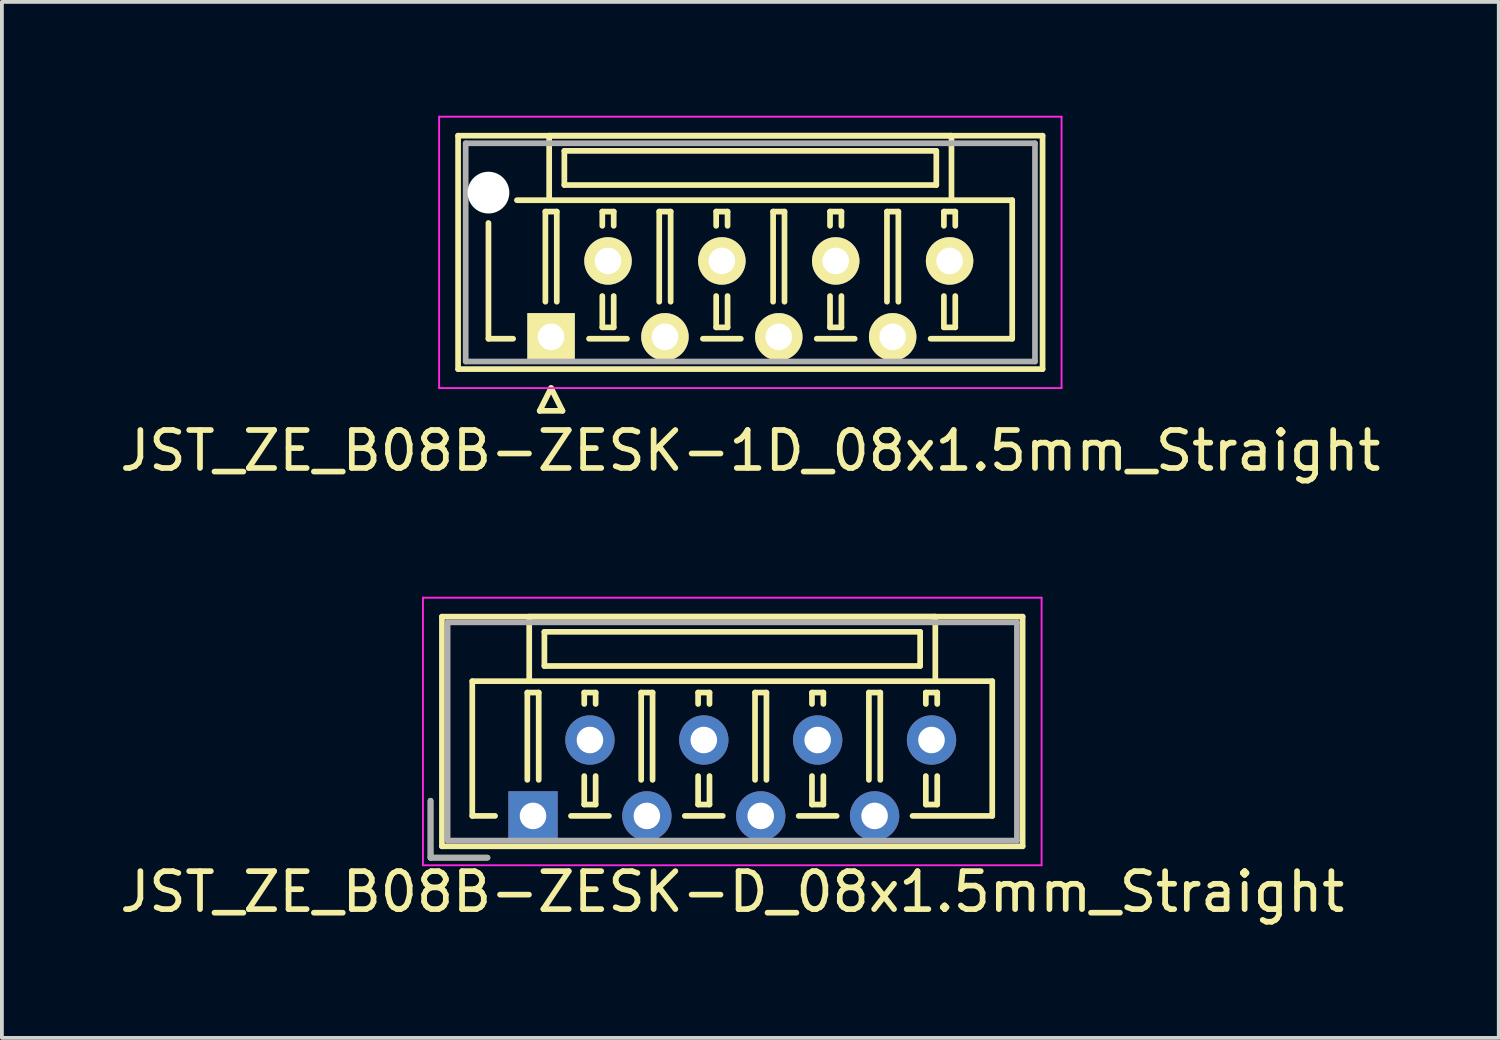
<source format=kicad_pcb>
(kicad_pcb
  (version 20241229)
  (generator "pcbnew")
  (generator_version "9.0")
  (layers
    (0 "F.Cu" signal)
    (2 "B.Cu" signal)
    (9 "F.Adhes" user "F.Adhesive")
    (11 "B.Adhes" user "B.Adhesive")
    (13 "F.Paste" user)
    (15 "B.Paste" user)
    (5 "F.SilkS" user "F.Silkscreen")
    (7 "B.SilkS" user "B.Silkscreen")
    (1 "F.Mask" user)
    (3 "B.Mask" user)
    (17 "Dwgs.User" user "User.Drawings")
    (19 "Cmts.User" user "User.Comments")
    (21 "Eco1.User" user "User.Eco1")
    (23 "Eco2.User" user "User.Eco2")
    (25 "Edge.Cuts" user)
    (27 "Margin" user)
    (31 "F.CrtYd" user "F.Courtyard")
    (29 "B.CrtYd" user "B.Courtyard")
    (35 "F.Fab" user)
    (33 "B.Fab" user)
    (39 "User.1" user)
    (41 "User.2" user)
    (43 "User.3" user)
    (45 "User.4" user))
  (footprint "JST_ZE_B08B-ZESK-D_08x1.5mm_Straight"
    (layer "F.Cu")
    (at 10.994 18.448)
    (property "Reference" "JST_ZE_B08B-ZESK-D_08x1.5mm_Straight" (at 5.25 2 0) (layer "F.SilkS") (effects (font (size 1 1) (thickness 0.15))))
    (attr through_hole)
    (fp_line (start -2.7 -0.4) (end -2.7 1.1) (stroke (width 0.15) (type solid)) (layer "F.SilkS"))
    (fp_line (start -2.7 1.1) (end -1.2 1.1) (stroke (width 0.15) (type solid)) (layer "F.SilkS"))
    (fp_line (start -2.4 -5.25) (end -2.4 0.8) (stroke (width 0.15) (type solid)) (layer "F.SilkS"))
    (fp_line (start -2.4 0.8) (end 12.9 0.8) (stroke (width 0.15) (type solid)) (layer "F.SilkS"))
    (fp_line (start -1.6 -3.55) (end -1.6 0) (stroke (width 0.15) (type solid)) (layer "F.SilkS"))
    (fp_line (start -1.6 0) (end -1 0) (stroke (width 0.15) (type solid)) (layer "F.SilkS"))
    (fp_line (start -0.15 -3.25) (end 0.15 -3.25) (stroke (width 0.15) (type solid)) (layer "F.SilkS"))
    (fp_line (start -0.15 -0.95) (end -0.15 -3.25) (stroke (width 0.15) (type solid)) (layer "F.SilkS"))
    (fp_line (start -0.1 -5.25) (end -0.1 -3.55) (stroke (width 0.15) (type solid)) (layer "F.SilkS"))
    (fp_line (start -0.1 -3.55) (end -1.6 -3.55) (stroke (width 0.15) (type solid)) (layer "F.SilkS"))
    (fp_line (start -0.1 -3.55) (end 10.6 -3.55) (stroke (width 0.15) (type solid)) (layer "F.SilkS"))
    (fp_line (start 0.15 -3.25) (end 0.15 -0.95) (stroke (width 0.15) (type solid)) (layer "F.SilkS"))
    (fp_line (start 0.3 -4.85) (end 0.3 -3.95) (stroke (width 0.15) (type solid)) (layer "F.SilkS"))
    (fp_line (start 0.3 -3.95) (end 10.2 -3.95) (stroke (width 0.15) (type solid)) (layer "F.SilkS"))
    (fp_line (start 1 0) (end 2 0) (stroke (width 0.15) (type solid)) (layer "F.SilkS"))
    (fp_line (start 1.35 -3.25) (end 1.65 -3.25) (stroke (width 0.15) (type solid)) (layer "F.SilkS"))
    (fp_line (start 1.35 -2.95) (end 1.35 -3.25) (stroke (width 0.15) (type solid)) (layer "F.SilkS"))
    (fp_line (start 1.35 -1.05) (end 1.35 -0.3) (stroke (width 0.15) (type solid)) (layer "F.SilkS"))
    (fp_line (start 1.35 -0.3) (end 1.65 -0.3) (stroke (width 0.15) (type solid)) (layer "F.SilkS"))
    (fp_line (start 1.65 -3.25) (end 1.65 -2.95) (stroke (width 0.15) (type solid)) (layer "F.SilkS"))
    (fp_line (start 1.65 -0.3) (end 1.65 -1.05) (stroke (width 0.15) (type solid)) (layer "F.SilkS"))
    (fp_line (start 2.85 -3.25) (end 3.15 -3.25) (stroke (width 0.15) (type solid)) (layer "F.SilkS"))
    (fp_line (start 2.85 -0.95) (end 2.85 -3.25) (stroke (width 0.15) (type solid)) (layer "F.SilkS"))
    (fp_line (start 3.15 -3.25) (end 3.15 -0.95) (stroke (width 0.15) (type solid)) (layer "F.SilkS"))
    (fp_line (start 4 0) (end 5 0) (stroke (width 0.15) (type solid)) (layer "F.SilkS"))
    (fp_line (start 4.35 -3.25) (end 4.65 -3.25) (stroke (width 0.15) (type solid)) (layer "F.SilkS"))
    (fp_line (start 4.35 -2.95) (end 4.35 -3.25) (stroke (width 0.15) (type solid)) (layer "F.SilkS"))
    (fp_line (start 4.35 -1.05) (end 4.35 -0.3) (stroke (width 0.15) (type solid)) (layer "F.SilkS"))
    (fp_line (start 4.35 -0.3) (end 4.65 -0.3) (stroke (width 0.15) (type solid)) (layer "F.SilkS"))
    (fp_line (start 4.65 -3.25) (end 4.65 -2.95) (stroke (width 0.15) (type solid)) (layer "F.SilkS"))
    (fp_line (start 4.65 -0.3) (end 4.65 -1.05) (stroke (width 0.15) (type solid)) (layer "F.SilkS"))
    (fp_line (start 5.85 -3.25) (end 6.15 -3.25) (stroke (width 0.15) (type solid)) (layer "F.SilkS"))
    (fp_line (start 5.85 -0.95) (end 5.85 -3.25) (stroke (width 0.15) (type solid)) (layer "F.SilkS"))
    (fp_line (start 6.15 -3.25) (end 6.15 -0.95) (stroke (width 0.15) (type solid)) (layer "F.SilkS"))
    (fp_line (start 7 0) (end 8 0) (stroke (width 0.15) (type solid)) (layer "F.SilkS"))
    (fp_line (start 7.35 -3.25) (end 7.65 -3.25) (stroke (width 0.15) (type solid)) (layer "F.SilkS"))
    (fp_line (start 7.35 -2.95) (end 7.35 -3.25) (stroke (width 0.15) (type solid)) (layer "F.SilkS"))
    (fp_line (start 7.35 -1.05) (end 7.35 -0.3) (stroke (width 0.15) (type solid)) (layer "F.SilkS"))
    (fp_line (start 7.35 -0.3) (end 7.65 -0.3) (stroke (width 0.15) (type solid)) (layer "F.SilkS"))
    (fp_line (start 7.65 -3.25) (end 7.65 -2.95) (stroke (width 0.15) (type solid)) (layer "F.SilkS"))
    (fp_line (start 7.65 -0.3) (end 7.65 -1.05) (stroke (width 0.15) (type solid)) (layer "F.SilkS"))
    (fp_line (start 8.85 -3.25) (end 9.15 -3.25) (stroke (width 0.15) (type solid)) (layer "F.SilkS"))
    (fp_line (start 8.85 -0.95) (end 8.85 -3.25) (stroke (width 0.15) (type solid)) (layer "F.SilkS"))
    (fp_line (start 9.15 -3.25) (end 9.15 -0.95) (stroke (width 0.15) (type solid)) (layer "F.SilkS"))
    (fp_line (start 10.2 -4.85) (end 0.3 -4.85) (stroke (width 0.15) (type solid)) (layer "F.SilkS"))
    (fp_line (start 10.2 -3.95) (end 10.2 -4.85) (stroke (width 0.15) (type solid)) (layer "F.SilkS"))
    (fp_line (start 10.35 -3.25) (end 10.65 -3.25) (stroke (width 0.15) (type solid)) (layer "F.SilkS"))
    (fp_line (start 10.35 -2.95) (end 10.35 -3.25) (stroke (width 0.15) (type solid)) (layer "F.SilkS"))
    (fp_line (start 10.35 -1.05) (end 10.35 -0.3) (stroke (width 0.15) (type solid)) (layer "F.SilkS"))
    (fp_line (start 10.35 -0.3) (end 10.65 -0.3) (stroke (width 0.15) (type solid)) (layer "F.SilkS"))
    (fp_line (start 10.6 -5.25) (end -0.1 -5.25) (stroke (width 0.15) (type solid)) (layer "F.SilkS"))
    (fp_line (start 10.6 -3.55) (end 10.6 -5.25) (stroke (width 0.15) (type solid)) (layer "F.SilkS"))
    (fp_line (start 10.6 -3.55) (end 12.1 -3.55) (stroke (width 0.15) (type solid)) (layer "F.SilkS"))
    (fp_line (start 10.65 -3.25) (end 10.65 -2.95) (stroke (width 0.15) (type solid)) (layer "F.SilkS"))
    (fp_line (start 10.65 -0.3) (end 10.65 -1.05) (stroke (width 0.15) (type solid)) (layer "F.SilkS"))
    (fp_line (start 12.1 -3.55) (end 12.1 0) (stroke (width 0.15) (type solid)) (layer "F.SilkS"))
    (fp_line (start 12.1 0) (end 10 0) (stroke (width 0.15) (type solid)) (layer "F.SilkS"))
    (fp_line (start 12.9 -5.25) (end -2.4 -5.25) (stroke (width 0.15) (type solid)) (layer "F.SilkS"))
    (fp_line (start 12.9 0.8) (end 12.9 -5.25) (stroke (width 0.15) (type solid)) (layer "F.SilkS"))
    (fp_line (start -2.9 -5.75) (end -2.9 1.3) (stroke (width 0.05) (type solid)) (layer "F.CrtYd"))
    (fp_line (start -2.9 1.3) (end 13.4 1.3) (stroke (width 0.05) (type solid)) (layer "F.CrtYd"))
    (fp_line (start 13.4 -5.75) (end -2.9 -5.75) (stroke (width 0.05) (type solid)) (layer "F.CrtYd"))
    (fp_line (start 13.4 1.3) (end 13.4 -5.75) (stroke (width 0.05) (type solid)) (layer "F.CrtYd"))
    (fp_line (start -2.7 -0.4) (end -2.7 1.1) (stroke (width 0.15) (type solid)) (layer "F.Fab"))
    (fp_line (start -2.7 1.1) (end -1.2 1.1) (stroke (width 0.15) (type solid)) (layer "F.Fab"))
    (fp_line (start -2.25 -5.1) (end -2.25 0.65) (stroke (width 0.15) (type solid)) (layer "F.Fab"))
    (fp_line (start -2.25 0.65) (end 12.75 0.65) (stroke (width 0.15) (type solid)) (layer "F.Fab"))
    (fp_line (start 12.75 -5.1) (end -2.25 -5.1) (stroke (width 0.15) (type solid)) (layer "F.Fab"))
    (fp_line (start 12.75 0.65) (end 12.75 -5.1) (stroke (width 0.15) (type solid)) (layer "F.Fab"))
    (pad "1" thru_hole rect (at 0 0) (size 1.3 1.3) (drill 0.7) (layers "*.Cu" "*.Mask"))
    (pad "2" thru_hole circle (at 1.5 -2) (size 1.3 1.3) (drill 0.7) (layers "*.Cu" "*.Mask"))
    (pad "3" thru_hole circle (at 3 0) (size 1.3 1.3) (drill 0.7) (layers "*.Cu" "*.Mask"))
    (pad "4" thru_hole circle (at 4.5 -2) (size 1.3 1.3) (drill 0.7) (layers "*.Cu" "*.Mask"))
    (pad "5" thru_hole circle (at 6 0) (size 1.3 1.3) (drill 0.7) (layers "*.Cu" "*.Mask"))
    (pad "6" thru_hole circle (at 7.5 -2) (size 1.3 1.3) (drill 0.7) (layers "*.Cu" "*.Mask"))
    (pad "7" thru_hole circle (at 9 0) (size 1.3 1.3) (drill 0.7) (layers "*.Cu" "*.Mask"))
    (pad "8" thru_hole circle (at 10.5 -2) (size 1.3 1.3) (drill 0.7) (layers "*.Cu" "*.Mask")))
  (footprint "JST_ZE_B08B-ZESK-1D_08x1.5mm_Straight"
    (layer "F.Cu")
    (at 11.47 5.825)
    (property "Reference" "JST_ZE_B08B-ZESK-1D_08x1.5mm_Straight" (at 5.25 3 0) (layer "F.SilkS") (effects (font (size 1 1) (thickness 0.15))))
    (attr through_hole)
    (fp_line (start -2.45 -5.3) (end -2.45 0.85) (stroke (width 0.15) (type solid)) (layer "F.SilkS"))
    (fp_line (start -2.45 0.85) (end 12.95 0.85) (stroke (width 0.15) (type solid)) (layer "F.SilkS"))
    (fp_line (start -1.65 -3) (end -1.65 0.05) (stroke (width 0.15) (type solid)) (layer "F.SilkS"))
    (fp_line (start -1.65 0.05) (end -1 0.05) (stroke (width 0.15) (type solid)) (layer "F.SilkS"))
    (fp_line (start -0.3 1.95) (end 0 1.35) (stroke (width 0.15) (type solid)) (layer "F.SilkS"))
    (fp_line (start -0.15 -3.3) (end 0.15 -3.3) (stroke (width 0.15) (type solid)) (layer "F.SilkS"))
    (fp_line (start -0.15 -0.925) (end -0.15 -3.3) (stroke (width 0.15) (type solid)) (layer "F.SilkS"))
    (fp_line (start -0.05 -5.3) (end -0.05 -3.6) (stroke (width 0.15) (type solid)) (layer "F.SilkS"))
    (fp_line (start -0.05 -3.6) (end -0.9 -3.6) (stroke (width 0.15) (type solid)) (layer "F.SilkS"))
    (fp_line (start -0.05 -3.6) (end 10.55 -3.6) (stroke (width 0.15) (type solid)) (layer "F.SilkS"))
    (fp_line (start 0 1.35) (end 0.3 1.95) (stroke (width 0.15) (type solid)) (layer "F.SilkS"))
    (fp_line (start 0.15 -3.3) (end 0.15 -0.925) (stroke (width 0.15) (type solid)) (layer "F.SilkS"))
    (fp_line (start 0.3 1.95) (end -0.3 1.95) (stroke (width 0.15) (type solid)) (layer "F.SilkS"))
    (fp_line (start 0.35 -4.9) (end 0.35 -4) (stroke (width 0.15) (type solid)) (layer "F.SilkS"))
    (fp_line (start 0.35 -4) (end 10.15 -4) (stroke (width 0.15) (type solid)) (layer "F.SilkS"))
    (fp_line (start 1 0.05) (end 2 0.05) (stroke (width 0.15) (type solid)) (layer "F.SilkS"))
    (fp_line (start 1.35 -3.3) (end 1.65 -3.3) (stroke (width 0.15) (type solid)) (layer "F.SilkS"))
    (fp_line (start 1.35 -2.925) (end 1.35 -3.3) (stroke (width 0.15) (type solid)) (layer "F.SilkS"))
    (fp_line (start 1.35 -1.075) (end 1.35 -0.25) (stroke (width 0.15) (type solid)) (layer "F.SilkS"))
    (fp_line (start 1.35 -0.25) (end 1.65 -0.25) (stroke (width 0.15) (type solid)) (layer "F.SilkS"))
    (fp_line (start 1.65 -3.3) (end 1.65 -2.925) (stroke (width 0.15) (type solid)) (layer "F.SilkS"))
    (fp_line (start 1.65 -0.25) (end 1.65 -1.075) (stroke (width 0.15) (type solid)) (layer "F.SilkS"))
    (fp_line (start 2.85 -3.3) (end 3.15 -3.3) (stroke (width 0.15) (type solid)) (layer "F.SilkS"))
    (fp_line (start 2.85 -0.925) (end 2.85 -3.3) (stroke (width 0.15) (type solid)) (layer "F.SilkS"))
    (fp_line (start 3.15 -3.3) (end 3.15 -0.925) (stroke (width 0.15) (type solid)) (layer "F.SilkS"))
    (fp_line (start 4 0.05) (end 5 0.05) (stroke (width 0.15) (type solid)) (layer "F.SilkS"))
    (fp_line (start 4.35 -3.3) (end 4.65 -3.3) (stroke (width 0.15) (type solid)) (layer "F.SilkS"))
    (fp_line (start 4.35 -2.925) (end 4.35 -3.3) (stroke (width 0.15) (type solid)) (layer "F.SilkS"))
    (fp_line (start 4.35 -1.075) (end 4.35 -0.25) (stroke (width 0.15) (type solid)) (layer "F.SilkS"))
    (fp_line (start 4.35 -0.25) (end 4.65 -0.25) (stroke (width 0.15) (type solid)) (layer "F.SilkS"))
    (fp_line (start 4.65 -3.3) (end 4.65 -2.925) (stroke (width 0.15) (type solid)) (layer "F.SilkS"))
    (fp_line (start 4.65 -0.25) (end 4.65 -1.075) (stroke (width 0.15) (type solid)) (layer "F.SilkS"))
    (fp_line (start 5.85 -3.3) (end 6.15 -3.3) (stroke (width 0.15) (type solid)) (layer "F.SilkS"))
    (fp_line (start 5.85 -0.925) (end 5.85 -3.3) (stroke (width 0.15) (type solid)) (layer "F.SilkS"))
    (fp_line (start 6.15 -3.3) (end 6.15 -0.925) (stroke (width 0.15) (type solid)) (layer "F.SilkS"))
    (fp_line (start 7 0.05) (end 8 0.05) (stroke (width 0.15) (type solid)) (layer "F.SilkS"))
    (fp_line (start 7.35 -3.3) (end 7.65 -3.3) (stroke (width 0.15) (type solid)) (layer "F.SilkS"))
    (fp_line (start 7.35 -2.925) (end 7.35 -3.3) (stroke (width 0.15) (type solid)) (layer "F.SilkS"))
    (fp_line (start 7.35 -1.075) (end 7.35 -0.25) (stroke (width 0.15) (type solid)) (layer "F.SilkS"))
    (fp_line (start 7.35 -0.25) (end 7.65 -0.25) (stroke (width 0.15) (type solid)) (layer "F.SilkS"))
    (fp_line (start 7.65 -3.3) (end 7.65 -2.925) (stroke (width 0.15) (type solid)) (layer "F.SilkS"))
    (fp_line (start 7.65 -0.25) (end 7.65 -1.075) (stroke (width 0.15) (type solid)) (layer "F.SilkS"))
    (fp_line (start 8.85 -3.3) (end 9.15 -3.3) (stroke (width 0.15) (type solid)) (layer "F.SilkS"))
    (fp_line (start 8.85 -0.925) (end 8.85 -3.3) (stroke (width 0.15) (type solid)) (layer "F.SilkS"))
    (fp_line (start 9.15 -3.3) (end 9.15 -0.925) (stroke (width 0.15) (type solid)) (layer "F.SilkS"))
    (fp_line (start 10.15 -4.9) (end 0.35 -4.9) (stroke (width 0.15) (type solid)) (layer "F.SilkS"))
    (fp_line (start 10.15 -4) (end 10.15 -4.9) (stroke (width 0.15) (type solid)) (layer "F.SilkS"))
    (fp_line (start 10.35 -3.3) (end 10.65 -3.3) (stroke (width 0.15) (type solid)) (layer "F.SilkS"))
    (fp_line (start 10.35 -2.925) (end 10.35 -3.3) (stroke (width 0.15) (type solid)) (layer "F.SilkS"))
    (fp_line (start 10.35 -1.075) (end 10.35 -0.25) (stroke (width 0.15) (type solid)) (layer "F.SilkS"))
    (fp_line (start 10.35 -0.25) (end 10.65 -0.25) (stroke (width 0.15) (type solid)) (layer "F.SilkS"))
    (fp_line (start 10.55 -5.3) (end -0.05 -5.3) (stroke (width 0.15) (type solid)) (layer "F.SilkS"))
    (fp_line (start 10.55 -3.6) (end 10.55 -5.3) (stroke (width 0.15) (type solid)) (layer "F.SilkS"))
    (fp_line (start 10.55 -3.6) (end 12.15 -3.6) (stroke (width 0.15) (type solid)) (layer "F.SilkS"))
    (fp_line (start 10.65 -3.3) (end 10.65 -2.925) (stroke (width 0.15) (type solid)) (layer "F.SilkS"))
    (fp_line (start 10.65 -0.25) (end 10.65 -1.075) (stroke (width 0.15) (type solid)) (layer "F.SilkS"))
    (fp_line (start 12.15 -3.6) (end 12.15 0.05) (stroke (width 0.15) (type solid)) (layer "F.SilkS"))
    (fp_line (start 12.15 0.05) (end 10 0.05) (stroke (width 0.15) (type solid)) (layer "F.SilkS"))
    (fp_line (start 12.95 -5.3) (end -2.45 -5.3) (stroke (width 0.15) (type solid)) (layer "F.SilkS"))
    (fp_line (start 12.95 0.85) (end 12.95 -5.3) (stroke (width 0.15) (type solid)) (layer "F.SilkS"))
    (fp_line (start -2.95 -5.8) (end -2.95 1.35) (stroke (width 0.05) (type solid)) (layer "F.CrtYd"))
    (fp_line (start -2.95 1.35) (end 13.45 1.35) (stroke (width 0.05) (type solid)) (layer "F.CrtYd"))
    (fp_line (start 13.45 -5.8) (end -2.95 -5.8) (stroke (width 0.05) (type solid)) (layer "F.CrtYd"))
    (fp_line (start 13.45 1.35) (end 13.45 -5.8) (stroke (width 0.05) (type solid)) (layer "F.CrtYd"))
    (fp_line (start -2.25 -5.1) (end -2.25 0.65) (stroke (width 0.15) (type solid)) (layer "F.Fab"))
    (fp_line (start -2.25 0.65) (end 12.75 0.65) (stroke (width 0.15) (type solid)) (layer "F.Fab"))
    (fp_line (start 12.75 -5.1) (end -2.25 -5.1) (stroke (width 0.15) (type solid)) (layer "F.Fab"))
    (fp_line (start 12.75 0.65) (end 12.75 -5.1) (stroke (width 0.15) (type solid)) (layer "F.Fab"))
    (pad "" np_thru_hole circle (at -1.65 -3.8) (size 1.1 1.1) (drill 1.1) (layers "*.Cu"))
    (pad "1" thru_hole rect (at 0 0) (size 1.25 1.25) (drill 0.7) (layers "*.Cu" "*.Mask" "F.SilkS"))
    (pad "2" thru_hole circle (at 1.5 -2) (size 1.25 1.25) (drill 0.7) (layers "*.Cu" "*.Mask" "F.SilkS"))
    (pad "3" thru_hole circle (at 3 0) (size 1.25 1.25) (drill 0.7) (layers "*.Cu" "*.Mask" "F.SilkS"))
    (pad "4" thru_hole circle (at 4.5 -2) (size 1.25 1.25) (drill 0.7) (layers "*.Cu" "*.Mask" "F.SilkS"))
    (pad "5" thru_hole circle (at 6 0) (size 1.25 1.25) (drill 0.7) (layers "*.Cu" "*.Mask" "F.SilkS"))
    (pad "6" thru_hole circle (at 7.5 -2) (size 1.25 1.25) (drill 0.7) (layers "*.Cu" "*.Mask" "F.SilkS"))
    (pad "7" thru_hole circle (at 9 0) (size 1.25 1.25) (drill 0.7) (layers "*.Cu" "*.Mask" "F.SilkS"))
    (pad "8" thru_hole circle (at 10.5 -2) (size 1.25 1.25) (drill 0.7) (layers "*.Cu" "*.Mask" "F.SilkS")))
  (gr_rect
    (start -3 -3)
    (end 36.44 24.297)
    (stroke (width 0.1) (type default))
    (fill no)
    (layer "Edge.Cuts")))
</source>
